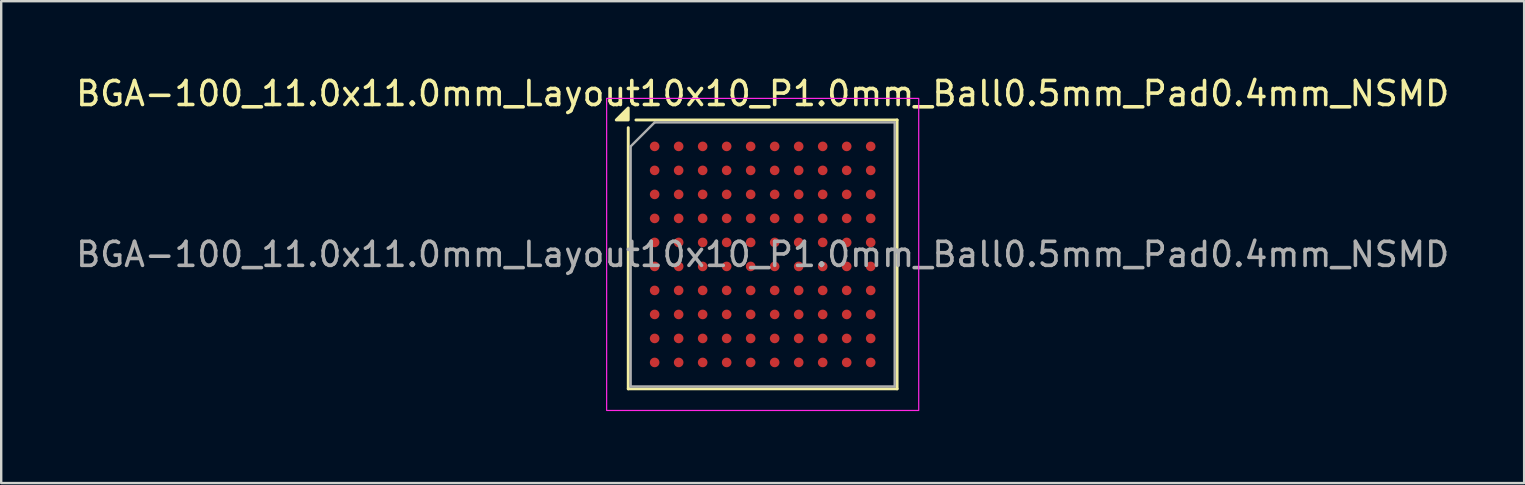
<source format=kicad_pcb>
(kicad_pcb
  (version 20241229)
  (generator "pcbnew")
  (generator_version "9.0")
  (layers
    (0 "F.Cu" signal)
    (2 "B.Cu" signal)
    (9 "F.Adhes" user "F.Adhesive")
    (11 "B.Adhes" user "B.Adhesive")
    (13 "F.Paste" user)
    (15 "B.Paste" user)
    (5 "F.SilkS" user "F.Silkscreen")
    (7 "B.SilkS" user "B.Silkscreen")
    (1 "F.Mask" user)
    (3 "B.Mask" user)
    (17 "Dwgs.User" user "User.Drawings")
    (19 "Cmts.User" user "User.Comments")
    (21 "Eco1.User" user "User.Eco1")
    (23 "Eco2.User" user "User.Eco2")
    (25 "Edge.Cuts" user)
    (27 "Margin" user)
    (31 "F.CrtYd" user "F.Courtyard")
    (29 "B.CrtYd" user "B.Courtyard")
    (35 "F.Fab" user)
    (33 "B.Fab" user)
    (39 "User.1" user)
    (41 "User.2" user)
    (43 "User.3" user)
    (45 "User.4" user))
  (footprint "BGA-100_11.0x11.0mm_Layout10x10_P1.0mm_Ball0.5mm_Pad0.4mm_NSMD"
    (layer "F.Cu")
    (at 28.72 7.548)
    (property "Reference" "BGA-100_11.0x11.0mm_Layout10x10_P1.0mm_Ball0.5mm_Pad0.4mm_NSMD" (at 0 -6.7 0) (layer "F.SilkS") (effects (font (size 1 1) (thickness 0.15))))
    (attr smd)
    (fp_line (start -5.6 -5.28) (end -5.6 5.6) (stroke (width 0.12) (type solid)) (layer "F.SilkS"))
    (fp_line (start -5.6 5.6) (end 5.6 5.6) (stroke (width 0.12) (type solid)) (layer "F.SilkS"))
    (fp_line (start 5.6 -5.6) (end -5.28 -5.6) (stroke (width 0.12) (type solid)) (layer "F.SilkS"))
    (fp_line (start 5.6 5.6) (end 5.6 -5.6) (stroke (width 0.12) (type solid)) (layer "F.SilkS"))
    (fp_poly (pts (xy -5.6 -5.6) (xy -6.1 -5.6) (xy -5.6 -6.1) (xy -5.6 -5.6)) (stroke (width 0.12) (type solid)) (fill yes) (layer "F.SilkS"))
    (fp_rect (start 6.5 6.5) (end -6.5 -6.5) (stroke (width 0.05) (type solid)) (fill no) (layer "F.CrtYd"))
    (fp_line (start -5.5 -4.5) (end -5.5 5.5) (stroke (width 0.1) (type solid)) (layer "F.Fab"))
    (fp_line (start -5.5 5.5) (end 5.5 5.5) (stroke (width 0.1) (type solid)) (layer "F.Fab"))
    (fp_line (start -4.5 -5.5) (end -5.5 -4.5) (stroke (width 0.1) (type solid)) (layer "F.Fab"))
    (fp_line (start 5.5 -5.5) (end -4.5 -5.5) (stroke (width 0.1) (type solid)) (layer "F.Fab"))
    (fp_line (start 5.5 5.5) (end 5.5 -5.5) (stroke (width 0.1) (type solid)) (layer "F.Fab"))
    (fp_text user "${REFERENCE}" (at 0 0 0) (layer "F.Fab") (effects (font (size 1 1) (thickness 0.15))))
    (pad "A1" smd circle (at -4.5 -4.5) (size 0.4 0.4) (property pad_prop_bga) (layers "F.Cu" "F.Mask" "F.Paste"))
    (pad "A2" smd circle (at -3.5 -4.5) (size 0.4 0.4) (property pad_prop_bga) (layers "F.Cu" "F.Mask" "F.Paste"))
    (pad "A3" smd circle (at -2.5 -4.5) (size 0.4 0.4) (property pad_prop_bga) (layers "F.Cu" "F.Mask" "F.Paste"))
    (pad "A4" smd circle (at -1.5 -4.5) (size 0.4 0.4) (property pad_prop_bga) (layers "F.Cu" "F.Mask" "F.Paste"))
    (pad "A5" smd circle (at -0.5 -4.5) (size 0.4 0.4) (property pad_prop_bga) (layers "F.Cu" "F.Mask" "F.Paste"))
    (pad "A6" smd circle (at 0.5 -4.5) (size 0.4 0.4) (property pad_prop_bga) (layers "F.Cu" "F.Mask" "F.Paste"))
    (pad "A7" smd circle (at 1.5 -4.5) (size 0.4 0.4) (property pad_prop_bga) (layers "F.Cu" "F.Mask" "F.Paste"))
    (pad "A8" smd circle (at 2.5 -4.5) (size 0.4 0.4) (property pad_prop_bga) (layers "F.Cu" "F.Mask" "F.Paste"))
    (pad "A9" smd circle (at 3.5 -4.5) (size 0.4 0.4) (property pad_prop_bga) (layers "F.Cu" "F.Mask" "F.Paste"))
    (pad "A10" smd circle (at 4.5 -4.5) (size 0.4 0.4) (property pad_prop_bga) (layers "F.Cu" "F.Mask" "F.Paste"))
    (pad "B1" smd circle (at -4.5 -3.5) (size 0.4 0.4) (property pad_prop_bga) (layers "F.Cu" "F.Mask" "F.Paste"))
    (pad "B2" smd circle (at -3.5 -3.5) (size 0.4 0.4) (property pad_prop_bga) (layers "F.Cu" "F.Mask" "F.Paste"))
    (pad "B3" smd circle (at -2.5 -3.5) (size 0.4 0.4) (property pad_prop_bga) (layers "F.Cu" "F.Mask" "F.Paste"))
    (pad "B4" smd circle (at -1.5 -3.5) (size 0.4 0.4) (property pad_prop_bga) (layers "F.Cu" "F.Mask" "F.Paste"))
    (pad "B5" smd circle (at -0.5 -3.5) (size 0.4 0.4) (property pad_prop_bga) (layers "F.Cu" "F.Mask" "F.Paste"))
    (pad "B6" smd circle (at 0.5 -3.5) (size 0.4 0.4) (property pad_prop_bga) (layers "F.Cu" "F.Mask" "F.Paste"))
    (pad "B7" smd circle (at 1.5 -3.5) (size 0.4 0.4) (property pad_prop_bga) (layers "F.Cu" "F.Mask" "F.Paste"))
    (pad "B8" smd circle (at 2.5 -3.5) (size 0.4 0.4) (property pad_prop_bga) (layers "F.Cu" "F.Mask" "F.Paste"))
    (pad "B9" smd circle (at 3.5 -3.5) (size 0.4 0.4) (property pad_prop_bga) (layers "F.Cu" "F.Mask" "F.Paste"))
    (pad "B10" smd circle (at 4.5 -3.5) (size 0.4 0.4) (property pad_prop_bga) (layers "F.Cu" "F.Mask" "F.Paste"))
    (pad "C1" smd circle (at -4.5 -2.5) (size 0.4 0.4) (property pad_prop_bga) (layers "F.Cu" "F.Mask" "F.Paste"))
    (pad "C2" smd circle (at -3.5 -2.5) (size 0.4 0.4) (property pad_prop_bga) (layers "F.Cu" "F.Mask" "F.Paste"))
    (pad "C3" smd circle (at -2.5 -2.5) (size 0.4 0.4) (property pad_prop_bga) (layers "F.Cu" "F.Mask" "F.Paste"))
    (pad "C4" smd circle (at -1.5 -2.5) (size 0.4 0.4) (property pad_prop_bga) (layers "F.Cu" "F.Mask" "F.Paste"))
    (pad "C5" smd circle (at -0.5 -2.5) (size 0.4 0.4) (property pad_prop_bga) (layers "F.Cu" "F.Mask" "F.Paste"))
    (pad "C6" smd circle (at 0.5 -2.5) (size 0.4 0.4) (property pad_prop_bga) (layers "F.Cu" "F.Mask" "F.Paste"))
    (pad "C7" smd circle (at 1.5 -2.5) (size 0.4 0.4) (property pad_prop_bga) (layers "F.Cu" "F.Mask" "F.Paste"))
    (pad "C8" smd circle (at 2.5 -2.5) (size 0.4 0.4) (property pad_prop_bga) (layers "F.Cu" "F.Mask" "F.Paste"))
    (pad "C9" smd circle (at 3.5 -2.5) (size 0.4 0.4) (property pad_prop_bga) (layers "F.Cu" "F.Mask" "F.Paste"))
    (pad "C10" smd circle (at 4.5 -2.5) (size 0.4 0.4) (property pad_prop_bga) (layers "F.Cu" "F.Mask" "F.Paste"))
    (pad "D1" smd circle (at -4.5 -1.5) (size 0.4 0.4) (property pad_prop_bga) (layers "F.Cu" "F.Mask" "F.Paste"))
    (pad "D2" smd circle (at -3.5 -1.5) (size 0.4 0.4) (property pad_prop_bga) (layers "F.Cu" "F.Mask" "F.Paste"))
    (pad "D3" smd circle (at -2.5 -1.5) (size 0.4 0.4) (property pad_prop_bga) (layers "F.Cu" "F.Mask" "F.Paste"))
    (pad "D4" smd circle (at -1.5 -1.5) (size 0.4 0.4) (property pad_prop_bga) (layers "F.Cu" "F.Mask" "F.Paste"))
    (pad "D5" smd circle (at -0.5 -1.5) (size 0.4 0.4) (property pad_prop_bga) (layers "F.Cu" "F.Mask" "F.Paste"))
    (pad "D6" smd circle (at 0.5 -1.5) (size 0.4 0.4) (property pad_prop_bga) (layers "F.Cu" "F.Mask" "F.Paste"))
    (pad "D7" smd circle (at 1.5 -1.5) (size 0.4 0.4) (property pad_prop_bga) (layers "F.Cu" "F.Mask" "F.Paste"))
    (pad "D8" smd circle (at 2.5 -1.5) (size 0.4 0.4) (property pad_prop_bga) (layers "F.Cu" "F.Mask" "F.Paste"))
    (pad "D9" smd circle (at 3.5 -1.5) (size 0.4 0.4) (property pad_prop_bga) (layers "F.Cu" "F.Mask" "F.Paste"))
    (pad "D10" smd circle (at 4.5 -1.5) (size 0.4 0.4) (property pad_prop_bga) (layers "F.Cu" "F.Mask" "F.Paste"))
    (pad "E1" smd circle (at -4.5 -0.5) (size 0.4 0.4) (property pad_prop_bga) (layers "F.Cu" "F.Mask" "F.Paste"))
    (pad "E2" smd circle (at -3.5 -0.5) (size 0.4 0.4) (property pad_prop_bga) (layers "F.Cu" "F.Mask" "F.Paste"))
    (pad "E3" smd circle (at -2.5 -0.5) (size 0.4 0.4) (property pad_prop_bga) (layers "F.Cu" "F.Mask" "F.Paste"))
    (pad "E4" smd circle (at -1.5 -0.5) (size 0.4 0.4) (property pad_prop_bga) (layers "F.Cu" "F.Mask" "F.Paste"))
    (pad "E5" smd circle (at -0.5 -0.5) (size 0.4 0.4) (property pad_prop_bga) (layers "F.Cu" "F.Mask" "F.Paste"))
    (pad "E6" smd circle (at 0.5 -0.5) (size 0.4 0.4) (property pad_prop_bga) (layers "F.Cu" "F.Mask" "F.Paste"))
    (pad "E7" smd circle (at 1.5 -0.5) (size 0.4 0.4) (property pad_prop_bga) (layers "F.Cu" "F.Mask" "F.Paste"))
    (pad "E8" smd circle (at 2.5 -0.5) (size 0.4 0.4) (property pad_prop_bga) (layers "F.Cu" "F.Mask" "F.Paste"))
    (pad "E9" smd circle (at 3.5 -0.5) (size 0.4 0.4) (property pad_prop_bga) (layers "F.Cu" "F.Mask" "F.Paste"))
    (pad "E10" smd circle (at 4.5 -0.5) (size 0.4 0.4) (property pad_prop_bga) (layers "F.Cu" "F.Mask" "F.Paste"))
    (pad "F1" smd circle (at -4.5 0.5) (size 0.4 0.4) (property pad_prop_bga) (layers "F.Cu" "F.Mask" "F.Paste"))
    (pad "F2" smd circle (at -3.5 0.5) (size 0.4 0.4) (property pad_prop_bga) (layers "F.Cu" "F.Mask" "F.Paste"))
    (pad "F3" smd circle (at -2.5 0.5) (size 0.4 0.4) (property pad_prop_bga) (layers "F.Cu" "F.Mask" "F.Paste"))
    (pad "F4" smd circle (at -1.5 0.5) (size 0.4 0.4) (property pad_prop_bga) (layers "F.Cu" "F.Mask" "F.Paste"))
    (pad "F5" smd circle (at -0.5 0.5) (size 0.4 0.4) (property pad_prop_bga) (layers "F.Cu" "F.Mask" "F.Paste"))
    (pad "F6" smd circle (at 0.5 0.5) (size 0.4 0.4) (property pad_prop_bga) (layers "F.Cu" "F.Mask" "F.Paste"))
    (pad "F7" smd circle (at 1.5 0.5) (size 0.4 0.4) (property pad_prop_bga) (layers "F.Cu" "F.Mask" "F.Paste"))
    (pad "F8" smd circle (at 2.5 0.5) (size 0.4 0.4) (property pad_prop_bga) (layers "F.Cu" "F.Mask" "F.Paste"))
    (pad "F9" smd circle (at 3.5 0.5) (size 0.4 0.4) (property pad_prop_bga) (layers "F.Cu" "F.Mask" "F.Paste"))
    (pad "F10" smd circle (at 4.5 0.5) (size 0.4 0.4) (property pad_prop_bga) (layers "F.Cu" "F.Mask" "F.Paste"))
    (pad "G1" smd circle (at -4.5 1.5) (size 0.4 0.4) (property pad_prop_bga) (layers "F.Cu" "F.Mask" "F.Paste"))
    (pad "G2" smd circle (at -3.5 1.5) (size 0.4 0.4) (property pad_prop_bga) (layers "F.Cu" "F.Mask" "F.Paste"))
    (pad "G3" smd circle (at -2.5 1.5) (size 0.4 0.4) (property pad_prop_bga) (layers "F.Cu" "F.Mask" "F.Paste"))
    (pad "G4" smd circle (at -1.5 1.5) (size 0.4 0.4) (property pad_prop_bga) (layers "F.Cu" "F.Mask" "F.Paste"))
    (pad "G5" smd circle (at -0.5 1.5) (size 0.4 0.4) (property pad_prop_bga) (layers "F.Cu" "F.Mask" "F.Paste"))
    (pad "G6" smd circle (at 0.5 1.5) (size 0.4 0.4) (property pad_prop_bga) (layers "F.Cu" "F.Mask" "F.Paste"))
    (pad "G7" smd circle (at 1.5 1.5) (size 0.4 0.4) (property pad_prop_bga) (layers "F.Cu" "F.Mask" "F.Paste"))
    (pad "G8" smd circle (at 2.5 1.5) (size 0.4 0.4) (property pad_prop_bga) (layers "F.Cu" "F.Mask" "F.Paste"))
    (pad "G9" smd circle (at 3.5 1.5) (size 0.4 0.4) (property pad_prop_bga) (layers "F.Cu" "F.Mask" "F.Paste"))
    (pad "G10" smd circle (at 4.5 1.5) (size 0.4 0.4) (property pad_prop_bga) (layers "F.Cu" "F.Mask" "F.Paste"))
    (pad "H1" smd circle (at -4.5 2.5) (size 0.4 0.4) (property pad_prop_bga) (layers "F.Cu" "F.Mask" "F.Paste"))
    (pad "H2" smd circle (at -3.5 2.5) (size 0.4 0.4) (property pad_prop_bga) (layers "F.Cu" "F.Mask" "F.Paste"))
    (pad "H3" smd circle (at -2.5 2.5) (size 0.4 0.4) (property pad_prop_bga) (layers "F.Cu" "F.Mask" "F.Paste"))
    (pad "H4" smd circle (at -1.5 2.5) (size 0.4 0.4) (property pad_prop_bga) (layers "F.Cu" "F.Mask" "F.Paste"))
    (pad "H5" smd circle (at -0.5 2.5) (size 0.4 0.4) (property pad_prop_bga) (layers "F.Cu" "F.Mask" "F.Paste"))
    (pad "H6" smd circle (at 0.5 2.5) (size 0.4 0.4) (property pad_prop_bga) (layers "F.Cu" "F.Mask" "F.Paste"))
    (pad "H7" smd circle (at 1.5 2.5) (size 0.4 0.4) (property pad_prop_bga) (layers "F.Cu" "F.Mask" "F.Paste"))
    (pad "H8" smd circle (at 2.5 2.5) (size 0.4 0.4) (property pad_prop_bga) (layers "F.Cu" "F.Mask" "F.Paste"))
    (pad "H9" smd circle (at 3.5 2.5) (size 0.4 0.4) (property pad_prop_bga) (layers "F.Cu" "F.Mask" "F.Paste"))
    (pad "H10" smd circle (at 4.5 2.5) (size 0.4 0.4) (property pad_prop_bga) (layers "F.Cu" "F.Mask" "F.Paste"))
    (pad "J1" smd circle (at -4.5 3.5) (size 0.4 0.4) (property pad_prop_bga) (layers "F.Cu" "F.Mask" "F.Paste"))
    (pad "J2" smd circle (at -3.5 3.5) (size 0.4 0.4) (property pad_prop_bga) (layers "F.Cu" "F.Mask" "F.Paste"))
    (pad "J3" smd circle (at -2.5 3.5) (size 0.4 0.4) (property pad_prop_bga) (layers "F.Cu" "F.Mask" "F.Paste"))
    (pad "J4" smd circle (at -1.5 3.5) (size 0.4 0.4) (property pad_prop_bga) (layers "F.Cu" "F.Mask" "F.Paste"))
    (pad "J5" smd circle (at -0.5 3.5) (size 0.4 0.4) (property pad_prop_bga) (layers "F.Cu" "F.Mask" "F.Paste"))
    (pad "J6" smd circle (at 0.5 3.5) (size 0.4 0.4) (property pad_prop_bga) (layers "F.Cu" "F.Mask" "F.Paste"))
    (pad "J7" smd circle (at 1.5 3.5) (size 0.4 0.4) (property pad_prop_bga) (layers "F.Cu" "F.Mask" "F.Paste"))
    (pad "J8" smd circle (at 2.5 3.5) (size 0.4 0.4) (property pad_prop_bga) (layers "F.Cu" "F.Mask" "F.Paste"))
    (pad "J9" smd circle (at 3.5 3.5) (size 0.4 0.4) (property pad_prop_bga) (layers "F.Cu" "F.Mask" "F.Paste"))
    (pad "J10" smd circle (at 4.5 3.5) (size 0.4 0.4) (property pad_prop_bga) (layers "F.Cu" "F.Mask" "F.Paste"))
    (pad "K1" smd circle (at -4.5 4.5) (size 0.4 0.4) (property pad_prop_bga) (layers "F.Cu" "F.Mask" "F.Paste"))
    (pad "K2" smd circle (at -3.5 4.5) (size 0.4 0.4) (property pad_prop_bga) (layers "F.Cu" "F.Mask" "F.Paste"))
    (pad "K3" smd circle (at -2.5 4.5) (size 0.4 0.4) (property pad_prop_bga) (layers "F.Cu" "F.Mask" "F.Paste"))
    (pad "K4" smd circle (at -1.5 4.5) (size 0.4 0.4) (property pad_prop_bga) (layers "F.Cu" "F.Mask" "F.Paste"))
    (pad "K5" smd circle (at -0.5 4.5) (size 0.4 0.4) (property pad_prop_bga) (layers "F.Cu" "F.Mask" "F.Paste"))
    (pad "K6" smd circle (at 0.5 4.5) (size 0.4 0.4) (property pad_prop_bga) (layers "F.Cu" "F.Mask" "F.Paste"))
    (pad "K7" smd circle (at 1.5 4.5) (size 0.4 0.4) (property pad_prop_bga) (layers "F.Cu" "F.Mask" "F.Paste"))
    (pad "K8" smd circle (at 2.5 4.5) (size 0.4 0.4) (property pad_prop_bga) (layers "F.Cu" "F.Mask" "F.Paste"))
    (pad "K9" smd circle (at 3.5 4.5) (size 0.4 0.4) (property pad_prop_bga) (layers "F.Cu" "F.Mask" "F.Paste"))
    (pad "K10" smd circle (at 4.5 4.5) (size 0.4 0.4) (property pad_prop_bga) (layers "F.Cu" "F.Mask" "F.Paste")))
  (gr_rect
    (start -3 -3)
    (end 60.44 17.073)
    (stroke (width 0.1) (type default))
    (fill no)
    (layer "Edge.Cuts")))
</source>
